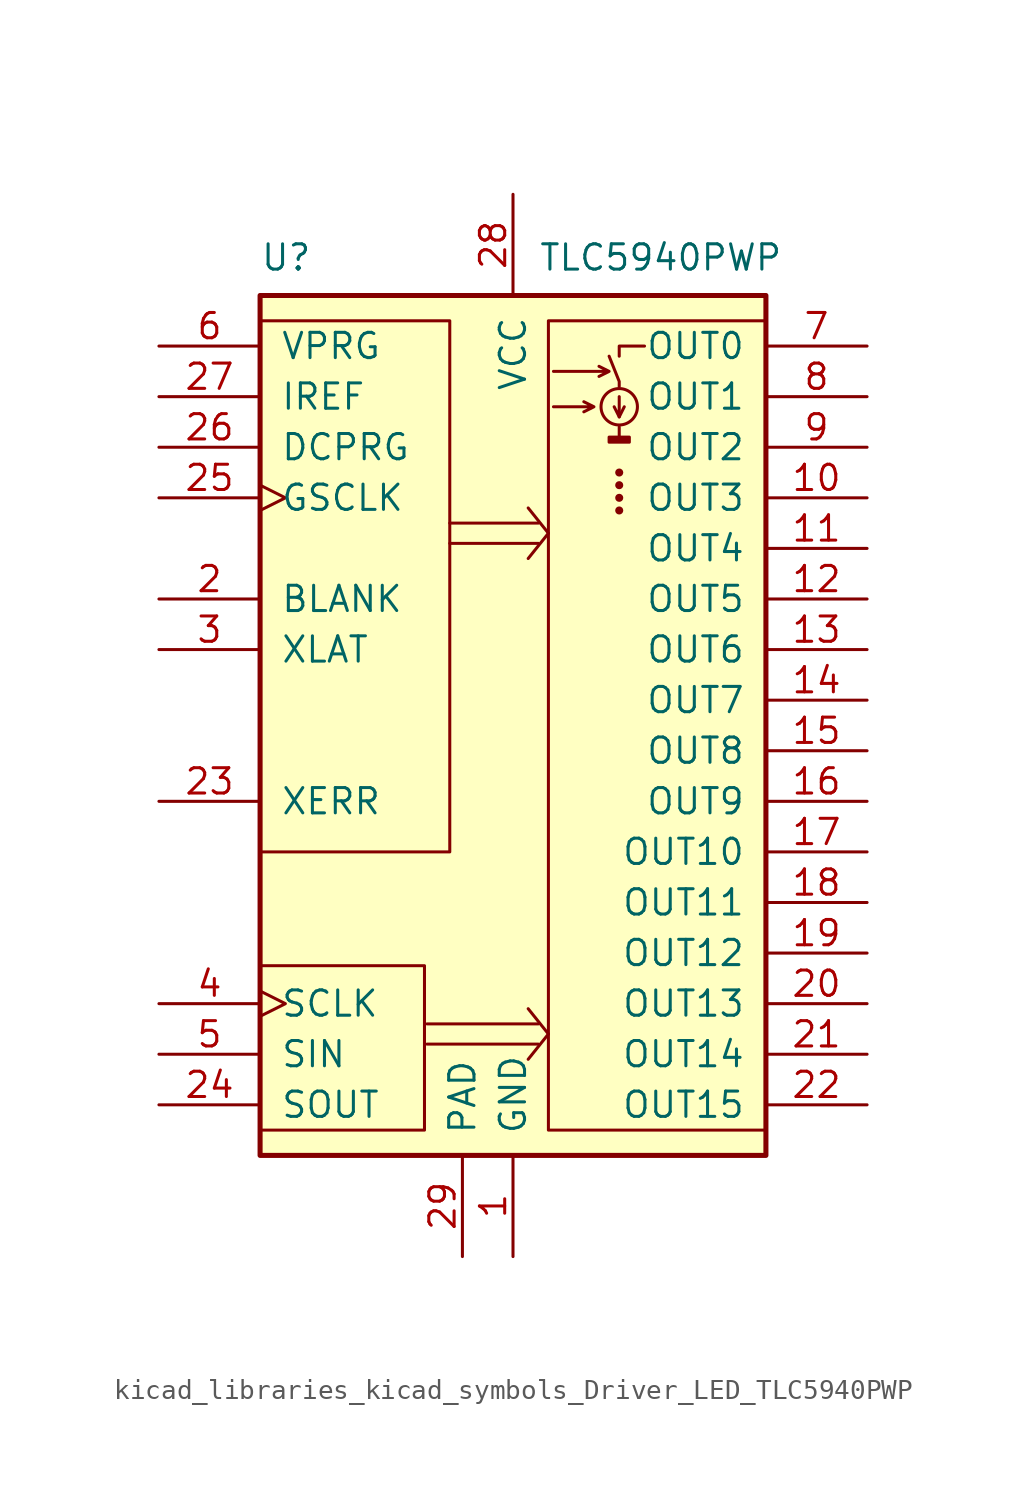
<source format=kicad_sym>
(kicad_symbol_lib
  (version 20220914)
  (generator kicad_symbol_editor)
  (symbol "kicad_libraries_kicad_symbols_Driver_LED_TLC5940PWP"
    (pin_names
      (offset 1.016))
    (property "Reference" "U"
      (at -12.7 22.225 0)
      (effects (font (size 1.27 1.27)) (justify left)))
    (property "Value" "TLC5940PWP"
      (at 1.27 22.225 0)
      (effects (font (size 1.27 1.27)) (justify left)))
    (symbol "kicad_libraries_kicad_symbols_Driver_LED_TLC5940PWP_0_1"
      (rectangle (start -12.7 -21.59) (end -4.445 -13.335) (stroke (width 0) (type default)) (fill (type none)))
      (rectangle (start -12.7 19.05) (end -3.175 -7.62) (stroke (width 0) (type default)) (fill (type none)))
      (rectangle (start -12.7 20.32) (end 12.7 -22.86) (stroke (width 0.254) (type default)) (fill (type background)))
      (polyline (pts (xy -4.318 -16.256) (xy 1.27 -16.256)) (stroke (width 0) (type default)) (fill (type none)))
      (polyline (pts (xy -3.175 8.89) (xy 1.27 8.89)) (stroke (width 0) (type default)) (fill (type none)))
      (polyline (pts (xy 1.27 -17.272) (xy -4.318 -17.272)) (stroke (width 0) (type default)) (fill (type none)))
      (polyline (pts (xy 1.27 7.874) (xy -3.175 7.874)) (stroke (width 0) (type default)) (fill (type none)))
      (polyline (pts (xy 1.778 -16.764) (xy 0.762 -18.034)) (stroke (width 0) (type default)) (fill (type none)))
      (polyline (pts (xy 1.778 -16.764) (xy 0.762 -15.494)) (stroke (width 0) (type default)) (fill (type none)))
      (polyline (pts (xy 1.778 8.382) (xy 0.762 7.112)) (stroke (width 0) (type default)) (fill (type none)))
      (polyline (pts (xy 1.778 8.382) (xy 0.762 9.652)) (stroke (width 0) (type default)) (fill (type none)))
      (polyline (pts (xy 5.334 13.716) (xy 5.334 13.208)) (stroke (width 0) (type default)) (fill (type none)))
      (polyline (pts (xy 5.334 14.224) (xy 5.588 14.732)) (stroke (width 0) (type default)) (fill (type none)))
      (polyline (pts (xy 5.334 15.24) (xy 5.334 14.224) (xy 5.08 14.732)) (stroke (width 0) (type default)) (fill (type none)))
      (polyline (pts (xy 5.334 15.748) (xy 5.334 16.002) (xy 4.826 17.272)) (stroke (width 0) (type default)) (fill (type none)))
      (polyline (pts (xy 5.334 17.272) (xy 5.334 17.78) (xy 6.604 17.78)) (stroke (width 0) (type default)) (fill (type none)))
      (polyline (pts (xy 2.032 14.732) (xy 4.064 14.732) (xy 3.556 14.986) (xy 4.064 14.732) (xy 3.556 14.478)) (stroke (width 0) (type default)) (fill (type none)))
      (polyline (pts (xy 2.032 16.51) (xy 4.826 16.51) (xy 4.318 16.764) (xy 4.826 16.51) (xy 4.318 16.256)) (stroke (width 0) (type default)) (fill (type none)))
      (rectangle (start 1.778 19.05) (end 12.7 -21.59) (stroke (width 0) (type default)) (fill (type none)))
      (rectangle (start 4.826 13.208) (end 5.842 12.954) (stroke (width 0) (type default)) (fill (type outline)))
      (circle (center 5.334 9.525) (radius 0.127) (stroke (width 0) (type default)) (fill (type outline)))
      (circle (center 5.334 10.16) (radius 0.127) (stroke (width 0) (type default)) (fill (type outline)))
      (circle (center 5.334 10.795) (radius 0.127) (stroke (width 0) (type default)) (fill (type outline)))
      (circle (center 5.334 11.43) (radius 0.127) (stroke (width 0) (type default)) (fill (type outline)))
      (circle (center 5.334 14.732) (radius 0.914) (stroke (width 0) (type default)) (fill (type none))))
    (symbol "kicad_libraries_kicad_symbols_Driver_LED_TLC5940PWP_1_1"
      (pin power_in line (at 0 -27.94 90) (length 5.08) (name "GND" (effects (font (size 1.27 1.27)))) (number "1" (effects (font (size 1.27 1.27)))))
      (pin open_collector line (at 17.78 10.16 180) (length 5.08) (name "OUT3" (effects (font (size 1.27 1.27)))) (number "10" (effects (font (size 1.27 1.27)))))
      (pin open_collector line (at 17.78 7.62 180) (length 5.08) (name "OUT4" (effects (font (size 1.27 1.27)))) (number "11" (effects (font (size 1.27 1.27)))))
      (pin open_collector line (at 17.78 5.08 180) (length 5.08) (name "OUT5" (effects (font (size 1.27 1.27)))) (number "12" (effects (font (size 1.27 1.27)))))
      (pin open_collector line (at 17.78 2.54 180) (length 5.08) (name "OUT6" (effects (font (size 1.27 1.27)))) (number "13" (effects (font (size 1.27 1.27)))))
      (pin open_collector line (at 17.78 0 180) (length 5.08) (name "OUT7" (effects (font (size 1.27 1.27)))) (number "14" (effects (font (size 1.27 1.27)))))
      (pin open_collector line (at 17.78 -2.54 180) (length 5.08) (name "OUT8" (effects (font (size 1.27 1.27)))) (number "15" (effects (font (size 1.27 1.27)))))
      (pin open_collector line (at 17.78 -5.08 180) (length 5.08) (name "OUT9" (effects (font (size 1.27 1.27)))) (number "16" (effects (font (size 1.27 1.27)))))
      (pin open_collector line (at 17.78 -7.62 180) (length 5.08) (name "OUT10" (effects (font (size 1.27 1.27)))) (number "17" (effects (font (size 1.27 1.27)))))
      (pin open_collector line (at 17.78 -10.16 180) (length 5.08) (name "OUT11" (effects (font (size 1.27 1.27)))) (number "18" (effects (font (size 1.27 1.27)))))
      (pin open_collector line (at 17.78 -12.7 180) (length 5.08) (name "OUT12" (effects (font (size 1.27 1.27)))) (number "19" (effects (font (size 1.27 1.27)))))
      (pin input line (at -17.78 5.08 0) (length 5.08) (name "BLANK" (effects (font (size 1.27 1.27)))) (number "2" (effects (font (size 1.27 1.27)))))
      (pin open_collector line (at 17.78 -15.24 180) (length 5.08) (name "OUT13" (effects (font (size 1.27 1.27)))) (number "20" (effects (font (size 1.27 1.27)))))
      (pin open_collector line (at 17.78 -17.78 180) (length 5.08) (name "OUT14" (effects (font (size 1.27 1.27)))) (number "21" (effects (font (size 1.27 1.27)))))
      (pin open_collector line (at 17.78 -20.32 180) (length 5.08) (name "OUT15" (effects (font (size 1.27 1.27)))) (number "22" (effects (font (size 1.27 1.27)))))
      (pin open_collector line (at -17.78 -5.08 0) (length 5.08) (name "XERR" (effects (font (size 1.27 1.27)))) (number "23" (effects (font (size 1.27 1.27)))))
      (pin output line (at -17.78 -20.32 0) (length 5.08) (name "SOUT" (effects (font (size 1.27 1.27)))) (number "24" (effects (font (size 1.27 1.27)))))
      (pin input clock (at -17.78 10.16 0) (length 5.08) (name "GSCLK" (effects (font (size 1.27 1.27)))) (number "25" (effects (font (size 1.27 1.27)))))
      (pin input line (at -17.78 12.7 0) (length 5.08) (name "DCPRG" (effects (font (size 1.27 1.27)))) (number "26" (effects (font (size 1.27 1.27)))))
      (pin input line (at -17.78 15.24 0) (length 5.08) (name "IREF" (effects (font (size 1.27 1.27)))) (number "27" (effects (font (size 1.27 1.27)))))
      (pin power_in line (at 0 25.4 270) (length 5.08) (name "VCC" (effects (font (size 1.27 1.27)))) (number "28" (effects (font (size 1.27 1.27)))))
      (pin input line (at -2.54 -27.94 90) (length 5.08) (name "PAD" (effects (font (size 1.27 1.27)))) (number "29" (effects (font (size 1.27 1.27)))))
      (pin input line (at -17.78 2.54 0) (length 5.08) (name "XLAT" (effects (font (size 1.27 1.27)))) (number "3" (effects (font (size 1.27 1.27)))))
      (pin input clock (at -17.78 -15.24 0) (length 5.08) (name "SCLK" (effects (font (size 1.27 1.27)))) (number "4" (effects (font (size 1.27 1.27)))))
      (pin input line (at -17.78 -17.78 0) (length 5.08) (name "SIN" (effects (font (size 1.27 1.27)))) (number "5" (effects (font (size 1.27 1.27)))))
      (pin input line (at -17.78 17.78 0) (length 5.08) (name "VPRG" (effects (font (size 1.27 1.27)))) (number "6" (effects (font (size 1.27 1.27)))))
      (pin open_collector line (at 17.78 17.78 180) (length 5.08) (name "OUT0" (effects (font (size 1.27 1.27)))) (number "7" (effects (font (size 1.27 1.27)))))
      (pin open_collector line (at 17.78 15.24 180) (length 5.08) (name "OUT1" (effects (font (size 1.27 1.27)))) (number "8" (effects (font (size 1.27 1.27)))))
      (pin open_collector line (at 17.78 12.7 180) (length 5.08) (name "OUT2" (effects (font (size 1.27 1.27)))) (number "9" (effects (font (size 1.27 1.27))))))))
</source>
